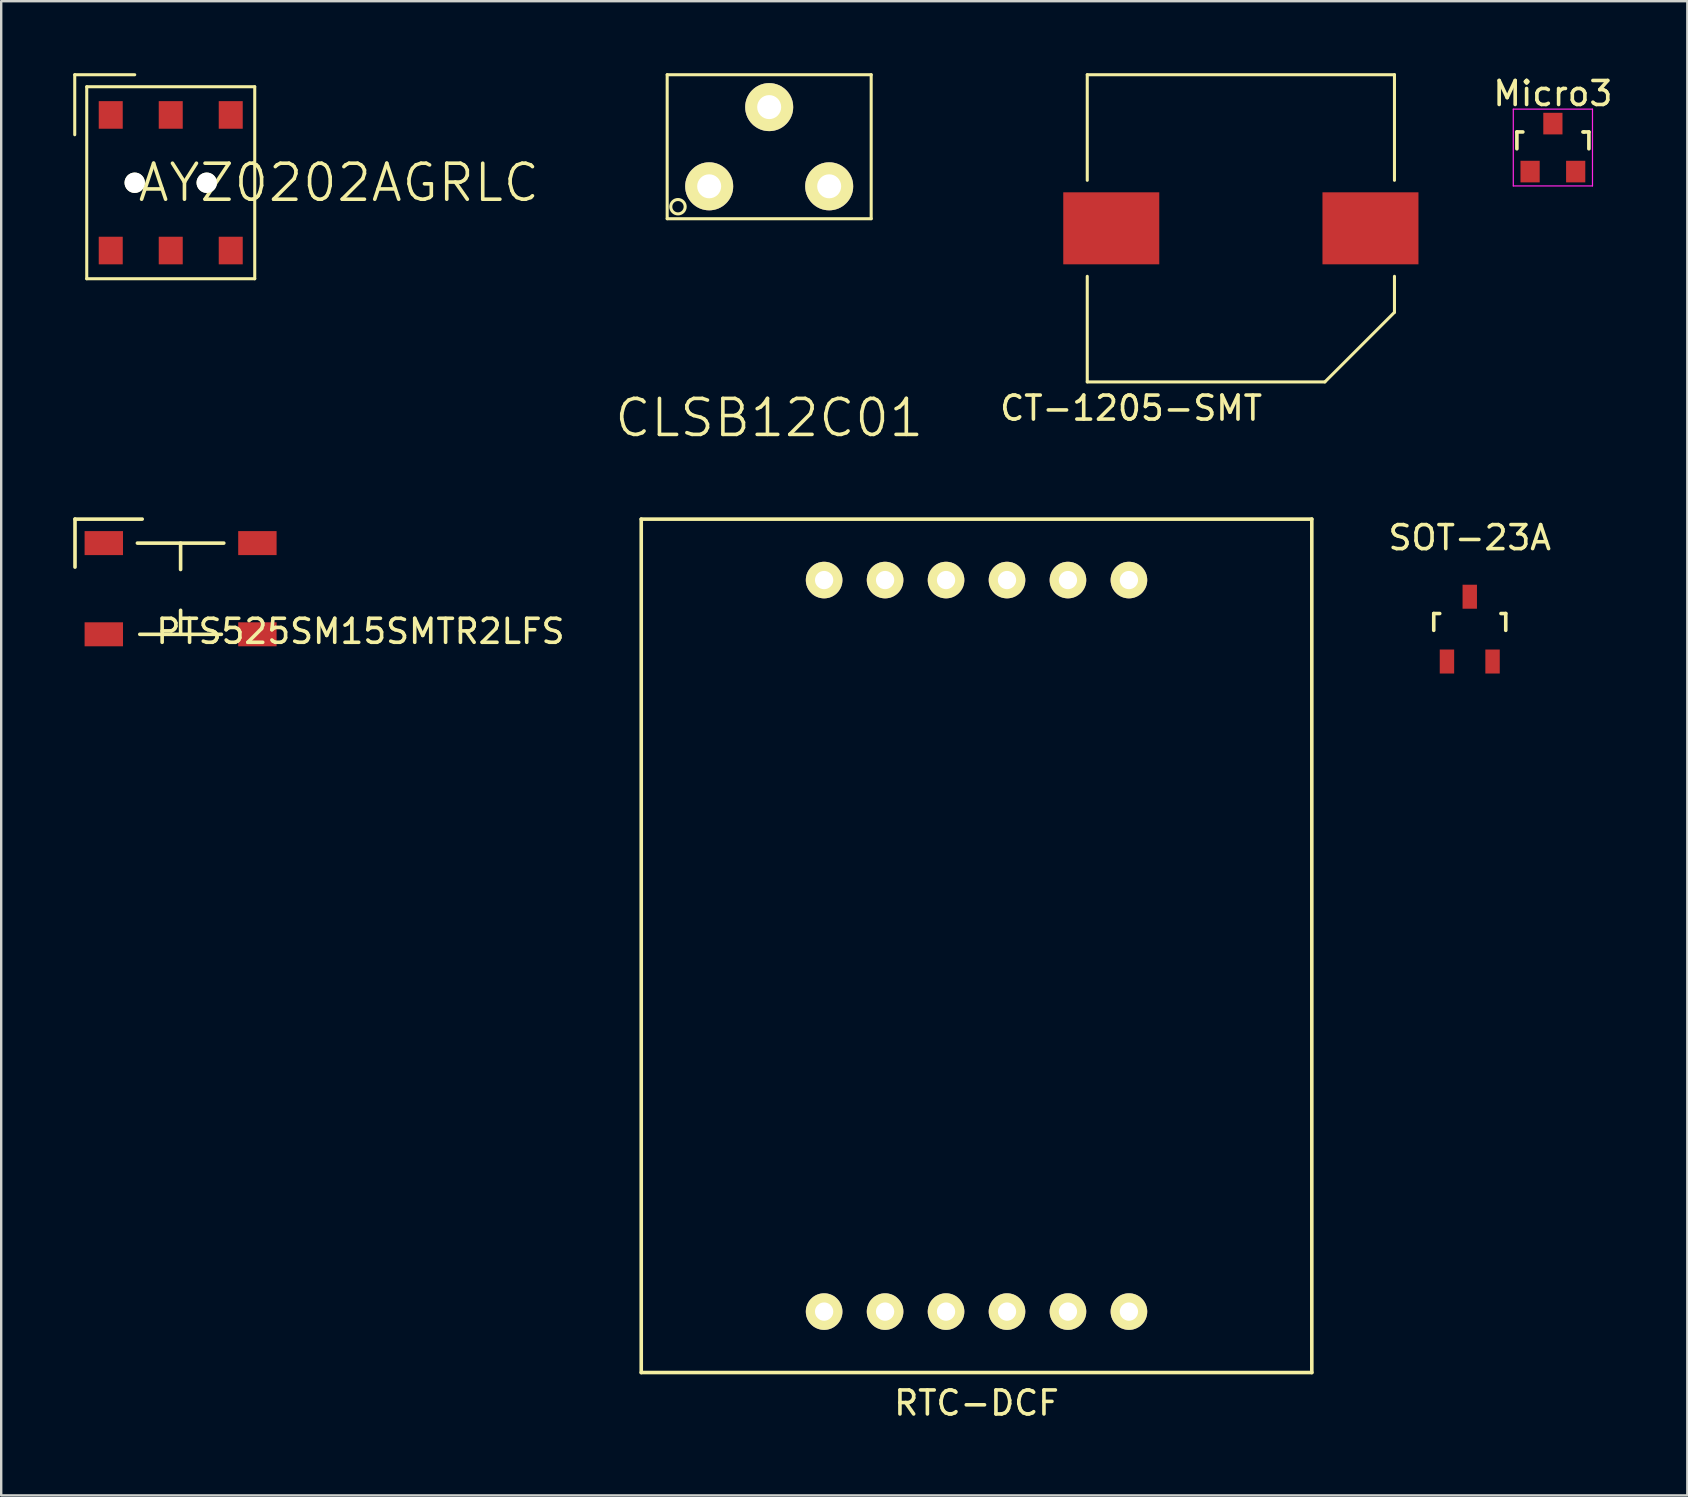
<source format=kicad_pcb>
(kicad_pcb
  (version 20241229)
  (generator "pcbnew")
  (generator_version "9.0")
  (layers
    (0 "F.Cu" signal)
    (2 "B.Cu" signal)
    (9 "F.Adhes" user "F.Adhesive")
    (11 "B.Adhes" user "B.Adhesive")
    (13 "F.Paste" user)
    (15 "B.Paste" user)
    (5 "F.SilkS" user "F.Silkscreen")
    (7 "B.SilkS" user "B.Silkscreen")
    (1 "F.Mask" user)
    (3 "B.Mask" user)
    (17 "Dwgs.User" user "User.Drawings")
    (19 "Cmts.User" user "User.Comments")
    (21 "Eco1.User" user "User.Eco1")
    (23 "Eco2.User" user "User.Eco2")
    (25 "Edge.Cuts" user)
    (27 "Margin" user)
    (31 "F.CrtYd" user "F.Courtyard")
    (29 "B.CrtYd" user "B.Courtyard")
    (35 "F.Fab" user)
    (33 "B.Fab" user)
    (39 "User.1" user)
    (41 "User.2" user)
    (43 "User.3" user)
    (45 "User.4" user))
  (footprint "RTC-DCF"
    (layer "F.Cu")
    (at 37.638 36.359)
    (property "Reference" "RTC-DCF" (at 0 19.05 0) (layer "F.SilkS") (effects (font (size 1 1) (thickness 0.15))))
    (attr through_hole)
    (fp_line (start -13.97 -17.78) (end 13.97 -17.78) (stroke (width 0.15) (type solid)) (layer "F.SilkS"))
    (fp_line (start -13.97 17.78) (end -13.97 -17.78) (stroke (width 0.15) (type solid)) (layer "F.SilkS"))
    (fp_line (start 13.97 -17.78) (end 13.97 17.78) (stroke (width 0.15) (type solid)) (layer "F.SilkS"))
    (fp_line (start 13.97 17.78) (end -13.97 17.78) (stroke (width 0.15) (type solid)) (layer "F.SilkS"))
    (pad "1" thru_hole circle (at -6.35 -15.24) (size 1.524 1.524) (drill 0.762) (layers "*.Cu" "*.Mask" "F.SilkS"))
    (pad "1" thru_hole circle (at 6.35 -15.24) (size 1.524 1.524) (drill 0.762) (layers "*.Cu" "*.Mask" "F.SilkS"))
    (pad "2" thru_hole circle (at 3.81 -15.24) (size 1.524 1.524) (drill 0.762) (layers "*.Cu" "*.Mask" "F.SilkS"))
    (pad "3" thru_hole circle (at 1.27 -15.24) (size 1.524 1.524) (drill 0.762) (layers "*.Cu" "*.Mask" "F.SilkS"))
    (pad "4" thru_hole circle (at -1.27 -15.24) (size 1.524 1.524) (drill 0.762) (layers "*.Cu" "*.Mask" "F.SilkS"))
    (pad "5" thru_hole circle (at -3.81 -15.24) (size 1.524 1.524) (drill 0.762) (layers "*.Cu" "*.Mask" "F.SilkS"))
    (pad "7" thru_hole circle (at 6.35 15.24) (size 1.524 1.524) (drill 0.762) (layers "*.Cu" "*.Mask" "F.SilkS"))
    (pad "8" thru_hole circle (at 3.81 15.24) (size 1.524 1.524) (drill 0.762) (layers "*.Cu" "*.Mask" "F.SilkS"))
    (pad "9" thru_hole circle (at 1.27 15.24) (size 1.524 1.524) (drill 0.762) (layers "*.Cu" "*.Mask" "F.SilkS"))
    (pad "10" thru_hole circle (at -1.27 15.24) (size 1.524 1.524) (drill 0.762) (layers "*.Cu" "*.Mask" "F.SilkS"))
    (pad "11" thru_hole circle (at -3.81 15.24) (size 1.524 1.524) (drill 0.762) (layers "*.Cu" "*.Mask" "F.SilkS"))
    (pad "12" thru_hole circle (at -6.35 15.24) (size 1.524 1.524) (drill 0.762) (layers "*.Cu" "*.Mask" "F.SilkS")))
  (footprint "PTS525SM15SMTR2LFS"
    (layer "F.Cu")
    (at 4.475 21.479)
    (property "Reference" "PTS525SM15SMTR2LFS" (at 7.493 1.778 0) (layer "F.SilkS") (effects (font (size 1 1) (thickness 0.15))))
    (attr through_hole)
    (fp_line (start -4.4 -2.9) (end -4.4 -0.9) (stroke (width 0.15) (type solid)) (layer "F.SilkS"))
    (fp_line (start -1.8 -1.9) (end 1.8 -1.9) (stroke (width 0.15) (type solid)) (layer "F.SilkS"))
    (fp_line (start -1.7 1.9) (end 1.7 1.9) (stroke (width 0.15) (type solid)) (layer "F.SilkS"))
    (fp_line (start -1.6 -2.9) (end -4.4 -2.9) (stroke (width 0.15) (type solid)) (layer "F.SilkS"))
    (fp_line (start 0 -1.9) (end 0 -0.8) (stroke (width 0.15) (type solid)) (layer "F.SilkS"))
    (fp_line (start 0 1.9) (end 0 0.9) (stroke (width 0.15) (type solid)) (layer "F.SilkS"))
    (pad "1" smd rect (at -3.2 -1.9) (size 1.6 1) (layers "F.Cu" "F.Mask" "F.Paste"))
    (pad "2" smd rect (at 3.2 -1.9) (size 1.6 1) (layers "F.Cu" "F.Mask" "F.Paste"))
    (pad "3" smd rect (at -3.2 1.9) (size 1.6 1) (layers "F.Cu" "F.Mask" "F.Paste"))
    (pad "4" smd rect (at 3.2 1.9) (size 1.6 1) (layers "F.Cu" "F.Mask" "F.Paste")))
  (footprint "CT-1205-SMT"
    (layer "F.Cu")
    (at 48.652 6.463)
    (property "Reference" "CT-1205-SMT" (at -4.572 7.493 0) (layer "F.SilkS") (effects (font (size 1 1) (thickness 0.15))))
    (attr through_hole)
    (fp_line (start -6.4 -6.4) (end 6.4 -6.4) (stroke (width 0.127) (type solid)) (layer "F.SilkS"))
    (fp_line (start -6.4 -2) (end -6.4 -6.4) (stroke (width 0.127) (type solid)) (layer "F.SilkS"))
    (fp_line (start -6.4 6.4) (end -6.4 2) (stroke (width 0.127) (type solid)) (layer "F.SilkS"))
    (fp_line (start 3.5 6.4) (end -6.4 6.4) (stroke (width 0.127) (type solid)) (layer "F.SilkS"))
    (fp_line (start 6.4 -2) (end 6.4 -6.4) (stroke (width 0.127) (type solid)) (layer "F.SilkS"))
    (fp_line (start 6.4 2) (end 6.4 3.5) (stroke (width 0.127) (type solid)) (layer "F.SilkS"))
    (fp_line (start 6.4 3.5) (end 3.5 6.4) (stroke (width 0.127) (type solid)) (layer "F.SilkS"))
    (pad "1" smd rect (at -5.4 0) (size 4 3) (layers "F.Cu" "F.Mask" "F.Paste"))
    (pad "2" smd rect (at 5.4 0) (size 4 3) (layers "F.Cu" "F.Mask" "F.Paste")))
  (footprint "AYZ0202AGRLC"
    (layer "F.Cu")
    (at 4.064 4.564)
    (property "Reference" "AYZ0202AGRLC" (at 7 0 0) (layer "F.SilkS") (effects (font (size 1.5 1.5) (thickness 0.15))))
    (attr through_hole)
    (fp_line (start -4 -4.5) (end -4 -2) (stroke (width 0.127) (type solid)) (layer "F.SilkS"))
    (fp_line (start -3.5 -4) (end 3.5 -4) (stroke (width 0.127) (type solid)) (layer "F.SilkS"))
    (fp_line (start -3.5 4) (end -3.5 -4) (stroke (width 0.127) (type solid)) (layer "F.SilkS"))
    (fp_line (start -1.5 -4.5) (end -4 -4.5) (stroke (width 0.127) (type solid)) (layer "F.SilkS"))
    (fp_line (start 3.5 -4) (end 3.5 4) (stroke (width 0.127) (type solid)) (layer "F.SilkS"))
    (fp_line (start 3.5 4) (end -3.5 4) (stroke (width 0.127) (type solid)) (layer "F.SilkS"))
    (pad "" np_thru_hole circle (at -1.5 0) (size 0.85 0.85) (drill 0.85) (layers "*.Cu" "*.Mask" "F.SilkS"))
    (pad "" np_thru_hole circle (at 1.5 0) (size 0.85 0.85) (drill 0.85) (layers "*.Cu" "*.Mask" "F.SilkS"))
    (pad "1" smd rect (at -2.5 -2.825) (size 1 1.15) (layers "F.Cu" "F.Mask" "F.Paste"))
    (pad "2" smd rect (at 0 -2.825) (size 1 1.15) (layers "F.Cu" "F.Mask" "F.Paste"))
    (pad "3" smd rect (at 2.5 -2.825) (size 1 1.15) (layers "F.Cu" "F.Mask" "F.Paste"))
    (pad "4" smd rect (at -2.5 2.825) (size 1 1.15) (layers "F.Cu" "F.Mask" "F.Paste"))
    (pad "5" smd rect (at 0 2.825) (size 1 1.15) (layers "F.Cu" "F.Mask" "F.Paste"))
    (pad "5" smd rect (at 2.5 2.825) (size 1 1.15) (layers "F.Cu" "F.Mask" "F.Paste")))
  (footprint "SOT-23A"
    (layer "F.Cu")
    (at 58.189 23.163)
    (property "Reference" "SOT-23A" (at 0 -3.81 0) (layer "F.SilkS") (effects (font (size 1 1) (thickness 0.15))))
    (attr smd)
    (fp_line (start -1.5 -0.65) (end -1.251 -0.65) (stroke (width 0.15) (type solid)) (layer "F.SilkS"))
    (fp_line (start -1.5 0.051) (end -1.5 -0.65) (stroke (width 0.15) (type solid)) (layer "F.SilkS"))
    (fp_line (start 1.299 -0.65) (end 1.5 -0.65) (stroke (width 0.15) (type solid)) (layer "F.SilkS"))
    (fp_line (start 1.5 -0.65) (end 1.5 0.051) (stroke (width 0.15) (type solid)) (layer "F.SilkS"))
    (pad "1" smd rect (at -0.95 1.35) (size 0.6 1) (layers "F.Cu" "F.Mask" "F.Paste"))
    (pad "2" smd rect (at 0.95 1.35) (size 0.6 1) (layers "F.Cu" "F.Mask" "F.Paste"))
    (pad "3" smd rect (at 0 -1.35) (size 0.6 1) (layers "F.Cu" "F.Mask" "F.Paste")))
  (footprint "CLSB12C01"
    (layer "F.Cu")
    (at 28.999 3.063)
    (property "Reference" "CLSB12C01" (at 0 11.3 0) (layer "F.SilkS") (effects (font (size 1.5 1.5) (thickness 0.15))))
    (attr through_hole)
    (fp_line (start -4.25 -3) (end 4.25 -3) (stroke (width 0.127) (type solid)) (layer "F.SilkS"))
    (fp_line (start -4.25 3) (end -4.25 -3) (stroke (width 0.127) (type solid)) (layer "F.SilkS"))
    (fp_line (start 4.25 -3) (end 4.25 3) (stroke (width 0.127) (type solid)) (layer "F.SilkS"))
    (fp_line (start 4.25 3) (end -4.25 3) (stroke (width 0.127) (type solid)) (layer "F.SilkS"))
    (fp_circle (center -3.8 2.5) (end -3.5 2.5) (stroke (width 0.127) (type solid)) (fill no) (layer "F.SilkS"))
    (pad "1" thru_hole circle (at -2.5 1.65) (size 2 2) (drill 1) (layers "*.Cu" "*.Mask" "F.SilkS"))
    (pad "2" thru_hole circle (at 0 -1.65) (size 2 2) (drill 1) (layers "*.Cu" "*.Mask" "F.SilkS"))
    (pad "3" thru_hole circle (at 2.5 1.65) (size 2 2) (drill 1) (layers "*.Cu" "*.Mask" "F.SilkS")))
  (footprint "Micro3"
    (layer "F.Cu")
    (at 61.653 3.098)
    (property "Reference" "Micro3" (at 0 -2.25 0) (layer "F.SilkS") (effects (font (size 1 1) (thickness 0.15))))
    (attr smd)
    (fp_line (start -1.5 -0.65) (end -1.251 -0.65) (stroke (width 0.15) (type solid)) (layer "F.SilkS"))
    (fp_line (start -1.5 0.051) (end -1.5 -0.65) (stroke (width 0.15) (type solid)) (layer "F.SilkS"))
    (fp_line (start 1.299 -0.65) (end 1.251 -0.65) (stroke (width 0.15) (type solid)) (layer "F.SilkS"))
    (fp_line (start 1.299 -0.65) (end 1.5 -0.65) (stroke (width 0.15) (type solid)) (layer "F.SilkS"))
    (fp_line (start 1.5 -0.65) (end 1.5 0.051) (stroke (width 0.15) (type solid)) (layer "F.SilkS"))
    (fp_line (start -1.65 -1.6) (end 1.65 -1.6) (stroke (width 0.05) (type solid)) (layer "F.CrtYd"))
    (fp_line (start -1.65 1.6) (end -1.65 -1.6) (stroke (width 0.05) (type solid)) (layer "F.CrtYd"))
    (fp_line (start 1.65 -1.6) (end 1.65 1.6) (stroke (width 0.05) (type solid)) (layer "F.CrtYd"))
    (fp_line (start 1.65 1.6) (end -1.65 1.6) (stroke (width 0.05) (type solid)) (layer "F.CrtYd"))
    (pad "1" smd rect (at -0.95 1.001) (size 0.8 0.9) (layers "F.Cu" "F.Mask" "F.Paste"))
    (pad "2" smd rect (at 0.95 1.001) (size 0.8 0.9) (layers "F.Cu" "F.Mask" "F.Paste"))
    (pad "3" smd rect (at 0 -0.998) (size 0.8 0.9) (layers "F.Cu" "F.Mask" "F.Paste")))
  (gr_rect
    (start -3 -3)
    (end 67.255 59.258)
    (stroke (width 0.1) (type default))
    (fill no)
    (layer "Edge.Cuts")))
</source>
